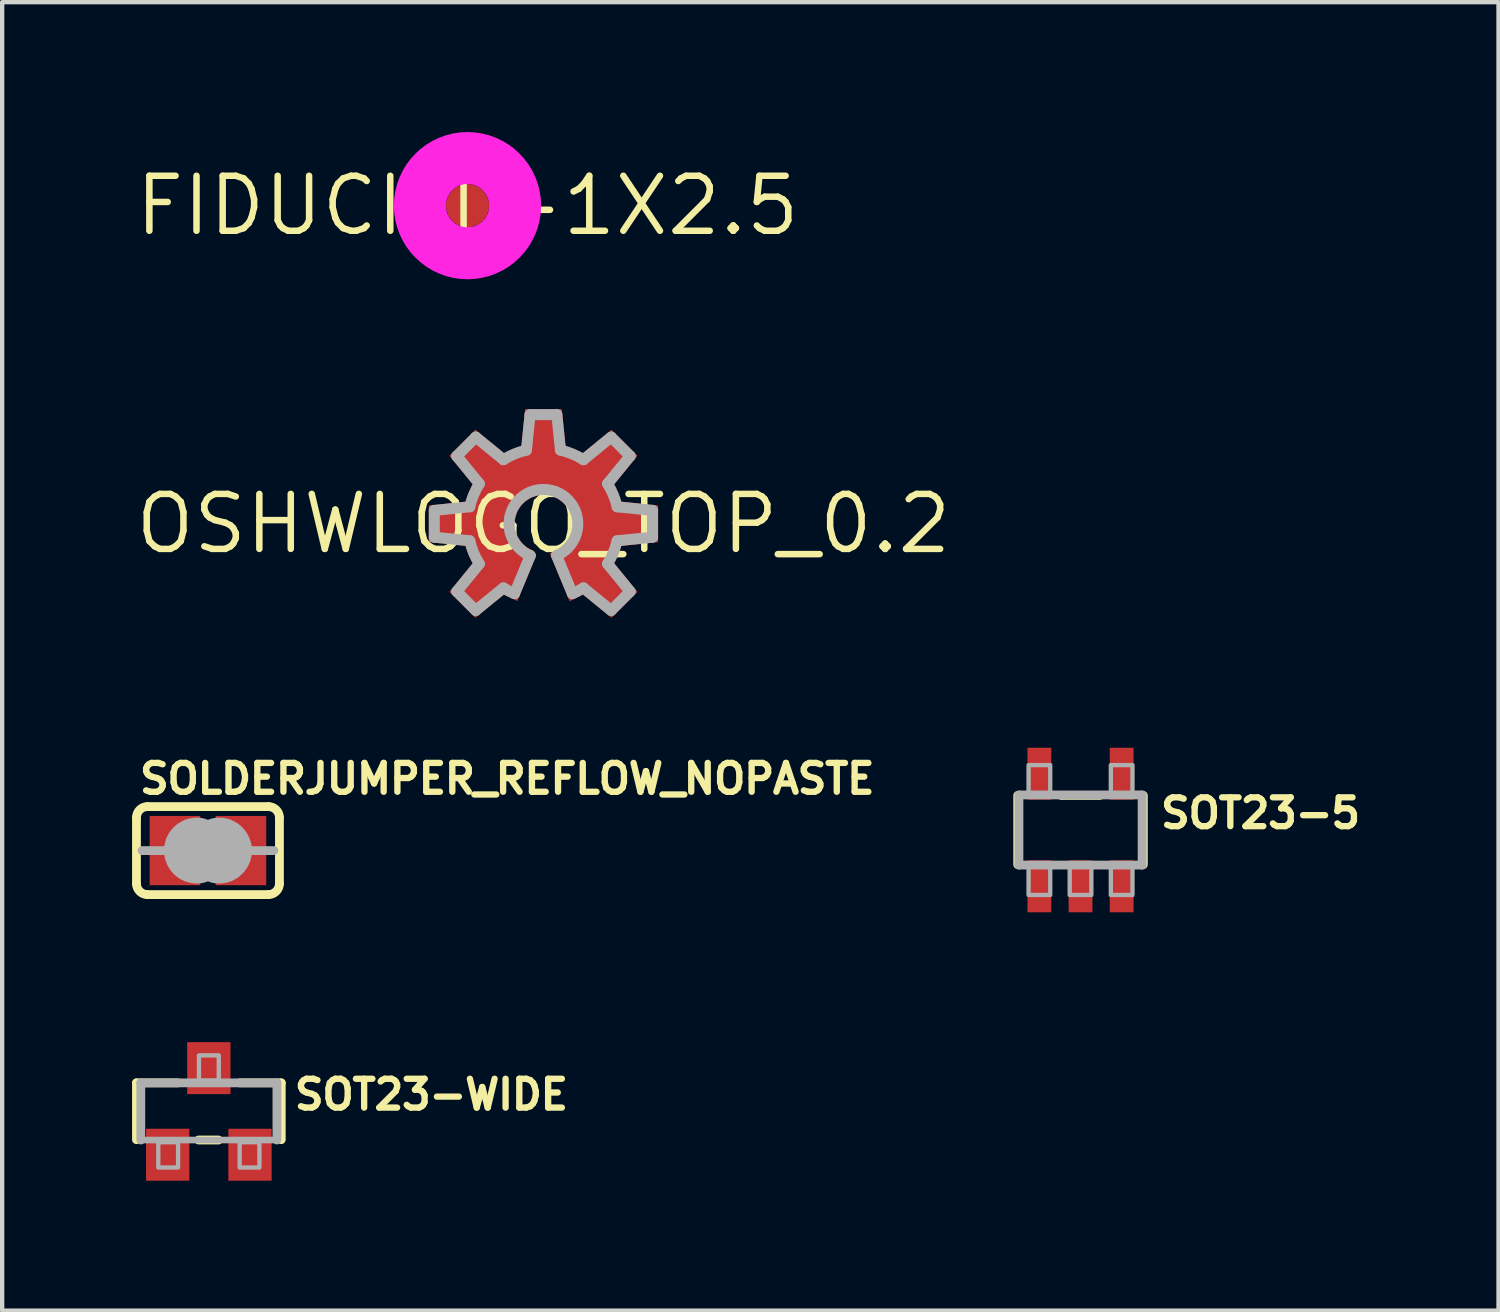
<source format=kicad_pcb>
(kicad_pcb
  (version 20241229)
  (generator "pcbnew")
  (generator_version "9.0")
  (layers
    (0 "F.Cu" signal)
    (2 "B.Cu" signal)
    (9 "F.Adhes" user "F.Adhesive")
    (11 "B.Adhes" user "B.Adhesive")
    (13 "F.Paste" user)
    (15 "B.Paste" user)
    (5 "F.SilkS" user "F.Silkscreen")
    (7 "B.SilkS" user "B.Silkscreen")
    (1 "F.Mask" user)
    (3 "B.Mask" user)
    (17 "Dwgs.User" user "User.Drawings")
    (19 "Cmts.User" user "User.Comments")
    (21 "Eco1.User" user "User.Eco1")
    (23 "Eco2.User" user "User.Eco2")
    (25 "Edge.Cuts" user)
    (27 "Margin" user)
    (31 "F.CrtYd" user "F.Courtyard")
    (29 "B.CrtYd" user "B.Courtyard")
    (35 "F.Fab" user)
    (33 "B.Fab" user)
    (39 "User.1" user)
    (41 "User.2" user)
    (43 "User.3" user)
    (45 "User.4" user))
  (footprint "FIDUCIAL-1X2.5"
    (layer "F.Cu")
    (at 7.748 1.7)
    (property "Reference" "FIDUCIAL-1X2.5" (at 0 0 0) (layer "F.SilkS") (effects (font (size 1.27 1.27) (thickness 0.15))))
    (fp_circle (center 0 0) (end 1.1 0) (stroke (width 1.2) (type solid)) (fill no) (layer "F.Mask"))
    (fp_circle (center 0 0) (end 1.1 0) (stroke (width 1.2) (type solid)) (fill no) (layer "F.CrtYd"))
    (fp_text user "1MM" (at -0.508 1.016 0) (layer "F.SilkS") (effects (font (size 0.374 0.374) (thickness 0.033)) (justify left bottom)))
    (pad "1" smd roundrect (at 0 0) (size 1 1) (layers "F.Cu" "F.Mask") (roundrect_rratio 0.5))
    (zone (net_name "") (layer "F.Cu") (hatch edge 0.508) (connect_pads) (min_thickness 0.254) (filled_areas_thickness no) (keepout (tracks not_allowed) (vias not_allowed) (pads not_allowed) (copperpour not_allowed) (footprints allowed)) (placement (enabled no)) (fill) (polygon (pts (xy 9.448 1.7) (xy 9.422 1.405) (xy 9.346 1.119) (xy 9.22 0.85) (xy 9.051 0.607) (xy 8.841 0.398) (xy 8.598 0.228) (xy 8.33 0.103) (xy 8.043 0.026) (xy 7.748 0) (xy 7.453 0.026) (xy 7.167 0.103) (xy 6.898 0.228) (xy 6.655 0.398) (xy 6.446 0.607) (xy 6.276 0.85) (xy 6.151 1.119) (xy 6.074 1.405) (xy 6.048 1.7) (xy 6.074 1.995) (xy 6.151 2.281) (xy 6.276 2.55) (xy 6.446 2.793) (xy 6.655 3.002) (xy 6.898 3.172) (xy 7.167 3.297) (xy 7.453 3.374) (xy 7.748 3.4) (xy 8.043 3.374) (xy 8.33 3.297) (xy 8.598 3.172) (xy 8.841 3.002) (xy 9.051 2.793) (xy 9.22 2.55) (xy 9.346 2.281) (xy 9.422 1.995))) (polygon (pts (xy 8.248 1.7) (xy 8.241 1.613) (xy 8.218 1.529) (xy 8.181 1.45) (xy 8.131 1.379) (xy 8.07 1.317) (xy 7.998 1.267) (xy 7.919 1.23) (xy 7.835 1.208) (xy 7.748 1.2) (xy 7.661 1.208) (xy 7.577 1.23) (xy 7.498 1.267) (xy 7.427 1.317) (xy 7.365 1.379) (xy 7.315 1.45) (xy 7.278 1.529) (xy 7.256 1.613) (xy 7.248 1.7) (xy 7.256 1.787) (xy 7.278 1.871) (xy 7.315 1.95) (xy 7.365 2.021) (xy 7.427 2.083) (xy 7.498 2.133) (xy 7.577 2.17) (xy 7.661 2.192) (xy 7.748 2.2) (xy 7.835 2.192) (xy 7.919 2.17) (xy 7.998 2.133) (xy 8.07 2.083) (xy 8.131 2.021) (xy 8.181 1.95) (xy 8.218 1.871) (xy 8.241 1.787)))))
  (footprint "SOLDERJUMPER_REFLOW_NOPASTE"
    (layer "F.Cu")
    (at 1.753 16.596)
    (property "Reference" "SOLDERJUMPER_REFLOW_NOPASTE" (at -1.651 -1.27 0) (layer "F.SilkS") (effects (font (size 0.666 0.666) (thickness 0.146)) (justify left bottom)))
    (fp_poly (pts (xy -0.076 0.914) (xy 0.076 0.914) (xy 0.076 -0.914) (xy -0.076 -0.914)) (stroke (width 0) (type solid)) (fill yes) (layer "F.Mask"))
    (fp_line (start -1.651 0.762) (end -1.651 -0.762) (stroke (width 0.203) (type solid)) (layer "F.SilkS"))
    (fp_line (start -1.397 -1.016) (end 1.397 -1.016) (stroke (width 0.203) (type solid)) (layer "F.SilkS"))
    (fp_line (start 1.397 1.016) (end -1.397 1.016) (stroke (width 0.203) (type solid)) (layer "F.SilkS"))
    (fp_line (start 1.651 0.762) (end 1.651 -0.762) (stroke (width 0.203) (type solid)) (layer "F.SilkS"))
    (fp_arc (start -1.651 -0.762) (mid -1.576605 -0.941605) (end -1.397 -1.016) (stroke (width 0.2032) (type solid)) (layer "F.SilkS"))
    (fp_arc (start -1.397 1.016) (mid -1.576605 0.941605) (end -1.651 0.762) (stroke (width 0.2032) (type solid)) (layer "F.SilkS"))
    (fp_arc (start 1.397 -1.016) (mid 1.576605 -0.941605) (end 1.651 -0.762) (stroke (width 0.2032) (type solid)) (layer "F.SilkS"))
    (fp_arc (start 1.651 0.762) (mid 1.576605 0.941605) (end 1.397 1.016) (stroke (width 0.2032) (type solid)) (layer "F.SilkS"))
    (fp_line (start -1.016 0) (end -1.524 0) (stroke (width 0.203) (type solid)) (layer "F.Fab"))
    (fp_line (start 1.016 0) (end 1.524 0) (stroke (width 0.203) (type solid)) (layer "F.Fab"))
    (fp_arc (start -0.254 0.127) (mid -0.381 0) (end -0.254 -0.127) (stroke (width 1.27) (type solid)) (layer "F.Fab"))
    (fp_arc (start 0.254 -0.127) (mid 0.381 0) (end 0.254 0.127) (stroke (width 1.27) (type solid)) (layer "F.Fab"))
    (pad "1" smd rect (at -0.762 0) (size 1.168 1.6) (layers "F.Cu" "F.Mask"))
    (pad "2" smd rect (at 0.762 0) (size 1.168 1.6) (layers "F.Cu" "F.Mask")))
  (footprint "SOT23-WIDE"
    (layer "F.Cu")
    (at 1.774 22.621)
    (property "Reference" "SOT23-WIDE" (at 1.905 0 0) (layer "F.SilkS") (effects (font (size 0.666 0.666) (thickness 0.146)) (justify left bottom)))
    (fp_line (start -1.672 -0.66) (end -0.714 -0.66) (stroke (width 0.203) (type solid)) (layer "F.SilkS"))
    (fp_line (start -1.672 0.652) (end -1.672 -0.66) (stroke (width 0.203) (type solid)) (layer "F.SilkS"))
    (fp_line (start 0.222 0.66) (end -0.236 0.66) (stroke (width 0.203) (type solid)) (layer "F.SilkS"))
    (fp_line (start 0.714 -0.66) (end 1.672 -0.66) (stroke (width 0.203) (type solid)) (layer "F.SilkS"))
    (fp_line (start 1.672 -0.66) (end 1.672 0.652) (stroke (width 0.203) (type solid)) (layer "F.SilkS"))
    (fp_line (start -1.572 -0.66) (end 1.572 -0.66) (stroke (width 0.203) (type solid)) (layer "F.Fab"))
    (fp_line (start -1.572 0.66) (end -1.572 -0.66) (stroke (width 0.203) (type solid)) (layer "F.Fab"))
    (fp_line (start 1.572 -0.66) (end 1.572 0.66) (stroke (width 0.203) (type solid)) (layer "F.Fab"))
    (fp_line (start 1.572 0.66) (end -1.572 0.66) (stroke (width 0.152) (type solid)) (layer "F.Fab"))
    (fp_poly (pts (xy -1.168 1.295) (xy -0.711 1.295) (xy -0.711 0.711) (xy -1.168 0.711)) (stroke (width 0.1) (type solid)) (fill no) (layer "F.Fab"))
    (fp_poly (pts (xy -0.229 -0.711) (xy 0.229 -0.711) (xy 0.229 -1.295) (xy -0.229 -1.295)) (stroke (width 0.1) (type solid)) (fill no) (layer "F.Fab"))
    (fp_poly (pts (xy 0.711 1.295) (xy 1.168 1.295) (xy 1.168 0.711) (xy 0.711 0.711)) (stroke (width 0.1) (type solid)) (fill no) (layer "F.Fab"))
    (pad "1" smd rect (at -0.95 1) (size 1 1.2) (layers "F.Cu" "F.Mask" "F.Paste"))
    (pad "2" smd rect (at 0.95 1) (size 1 1.2) (layers "F.Cu" "F.Mask" "F.Paste"))
    (pad "3" smd rect (at 0 -1) (size 1 1.2) (layers "F.Cu" "F.Mask" "F.Paste")))
  (footprint "OSHWLOGO_TOP_0.2"
    (layer "F.Cu")
    (at 9.502 9.048)
    (property "Reference" "OSHWLOGO_TOP_0.2" (at 0 0 0) (layer "F.SilkS") (effects (font (size 1.27 1.27) (thickness 0.15))))
    (fp_poly (pts (xy 0.511 -1.79) (xy 0.904 -1.627) (xy 1.572 -2.172) (xy 2.172 -1.572) (xy 1.627 -0.904) (xy 1.79 -0.511) (xy 2.648 -0.424) (xy 2.648 0.424) (xy 1.79 0.511) (xy 1.627 0.904) (xy 2.172 1.572) (xy 1.572 2.172) (xy 0.91 1.632) (xy 0.604 1.79) (xy 0.148 0.689) (xy 0.503 0.435) (xy 0.586 0.317) (xy 0.642 0.177) (xy 0.665 0.028) (xy 0.654 -0.123) (xy 0.61 -0.267) (xy 0.534 -0.398) (xy 0.43 -0.508) (xy 0.305 -0.592) (xy 0.163 -0.645) (xy 0.014 -0.666) (xy -0.137 -0.652) (xy -0.28 -0.604) (xy -0.409 -0.525) (xy -0.517 -0.42) (xy -0.598 -0.292) (xy -0.649 -0.15) (xy -0.666 -0.000247) (xy -0.648 0.155) (xy -0.593 0.302) (xy -0.506 0.433) (xy -0.391 0.539) (xy -0.242 0.623) (xy -0.304 0.733) (xy -0.186 0.782) (xy -0.602 1.784) (xy -0.858 1.665) (xy -0.913 1.634) (xy -1.572 2.172) (xy -2.172 1.572) (xy -1.632 0.91) (xy -1.731 0.717) (xy -1.797 0.511) (xy -2.648 0.424) (xy -2.648 -0.424) (xy -1.797 -0.511) (xy -1.731 -0.717) (xy -1.632 -0.91) (xy -2.172 -1.572) (xy -1.572 -2.172) (xy -0.904 -1.627) (xy -0.511 -1.79) (xy -0.424 -2.648) (xy 0.424 -2.648)) (stroke (width 0) (type solid)) (fill yes) (layer "F.Cu"))
    (fp_line (start -2.521 -0.309) (end -2.521 0.309) (stroke (width 0.254) (type solid)) (layer "F.Fab"))
    (fp_line (start -2.521 0.309) (end -1.702 0.393) (stroke (width 0.254) (type solid)) (layer "F.Fab"))
    (fp_line (start -2.002 -1.564) (end -1.481 -0.925) (stroke (width 0.254) (type solid)) (layer "F.Fab"))
    (fp_line (start -2.002 1.564) (end -1.564 2.002) (stroke (width 0.254) (type solid)) (layer "F.Fab"))
    (fp_line (start -1.702 -0.393) (end -2.521 -0.309) (stroke (width 0.254) (type solid)) (layer "F.Fab"))
    (fp_line (start -1.564 -2.002) (end -2.002 -1.564) (stroke (width 0.254) (type solid)) (layer "F.Fab"))
    (fp_line (start -1.564 2.002) (end -0.925 1.481) (stroke (width 0.254) (type solid)) (layer "F.Fab"))
    (fp_line (start -1.481 0.925) (end -2.002 1.564) (stroke (width 0.254) (type solid)) (layer "F.Fab"))
    (fp_line (start -0.925 -1.481) (end -1.564 -2.002) (stroke (width 0.254) (type solid)) (layer "F.Fab"))
    (fp_line (start -0.668 1.613) (end -0.304 0.733) (stroke (width 0.254) (type solid)) (layer "F.Fab"))
    (fp_line (start -0.309 -2.521) (end -0.393 -1.702) (stroke (width 0.254) (type solid)) (layer "F.Fab"))
    (fp_line (start 0.304 0.733) (end 0.668 1.613) (stroke (width 0.254) (type solid)) (layer "F.Fab"))
    (fp_line (start 0.309 -2.521) (end -0.309 -2.521) (stroke (width 0.254) (type solid)) (layer "F.Fab"))
    (fp_line (start 0.393 -1.702) (end 0.309 -2.521) (stroke (width 0.254) (type solid)) (layer "F.Fab"))
    (fp_line (start 0.925 1.481) (end 1.564 2.002) (stroke (width 0.254) (type solid)) (layer "F.Fab"))
    (fp_line (start 1.481 -0.925) (end 2.002 -1.564) (stroke (width 0.254) (type solid)) (layer "F.Fab"))
    (fp_line (start 1.564 -2.002) (end 0.925 -1.481) (stroke (width 0.254) (type solid)) (layer "F.Fab"))
    (fp_line (start 1.564 2.002) (end 2.002 1.564) (stroke (width 0.254) (type solid)) (layer "F.Fab"))
    (fp_line (start 1.702 0.393) (end 2.521 0.309) (stroke (width 0.254) (type solid)) (layer "F.Fab"))
    (fp_line (start 2.002 -1.564) (end 1.564 -2.002) (stroke (width 0.254) (type solid)) (layer "F.Fab"))
    (fp_line (start 2.002 1.564) (end 1.481 0.925) (stroke (width 0.254) (type solid)) (layer "F.Fab"))
    (fp_line (start 2.521 -0.309) (end 1.702 -0.393) (stroke (width 0.254) (type solid)) (layer "F.Fab"))
    (fp_line (start 2.521 0.309) (end 2.521 -0.309) (stroke (width 0.254) (type solid)) (layer "F.Fab"))
    (fp_arc (start -1.7015 -0.3928) (mid -1.61333 -0.668266) (end -1.4809 -0.9254) (stroke (width 0.254) (type solid)) (layer "F.Fab"))
    (fp_arc (start -1.4809 0.9254) (mid -1.61333 0.668266) (end -1.7015 0.3928) (stroke (width 0.254) (type solid)) (layer "F.Fab"))
    (fp_arc (start -0.9254 -1.4809) (mid -0.668266 -1.61333) (end -0.3928 -1.7015) (stroke (width 0.254) (type solid)) (layer "F.Fab"))
    (fp_arc (start -0.7938 0) (mid 0.440947 -0.659884) (end 0.303801 0.733399) (stroke (width 0.254) (type solid)) (layer "F.Fab"))
    (fp_arc (start -0.6683 1.6134) (mid -0.799598 1.552482) (end -0.9254 1.4809) (stroke (width 0.254) (type solid)) (layer "F.Fab"))
    (fp_arc (start -0.3038 0.7334) (mid -0.660055 0.441031) (end -0.7938 -0.000002) (stroke (width 0.254) (type solid)) (layer "F.Fab"))
    (fp_arc (start 0.3928 -1.7015) (mid 0.668266 -1.61333) (end 0.9254 -1.4809) (stroke (width 0.254) (type solid)) (layer "F.Fab"))
    (fp_arc (start 0.9254 1.4809) (mid 0.799598 1.552482) (end 0.6683 1.6134) (stroke (width 0.254) (type solid)) (layer "F.Fab"))
    (fp_arc (start 1.4809 -0.9254) (mid 1.61333 -0.668266) (end 1.7015 -0.3928) (stroke (width 0.254) (type solid)) (layer "F.Fab"))
    (fp_arc (start 1.7015 0.3928) (mid 1.61333 0.668266) (end 1.4809 0.9254) (stroke (width 0.254) (type solid)) (layer "F.Fab")))
  (footprint "SOT23-5"
    (layer "F.Cu")
    (at 21.907 16.121)
    (property "Reference" "SOT23-5" (at 1.778 0 0) (layer "F.SilkS") (effects (font (size 0.666 0.666) (thickness 0.146)) (justify left bottom)))
    (fp_line (start -1.45 -0.8) (end -1.45 0.8) (stroke (width 0.203) (type solid)) (layer "F.SilkS"))
    (fp_line (start -0.45 -0.8) (end 0.45 -0.8) (stroke (width 0.203) (type solid)) (layer "F.SilkS"))
    (fp_line (start 1.45 -0.8) (end 1.45 0.8) (stroke (width 0.203) (type solid)) (layer "F.SilkS"))
    (fp_line (start -1.422 -0.81) (end 1.422 -0.81) (stroke (width 0.203) (type solid)) (layer "F.Fab"))
    (fp_line (start -1.422 0.81) (end -1.422 -0.81) (stroke (width 0.203) (type solid)) (layer "F.Fab"))
    (fp_line (start 1.422 -0.81) (end 1.422 0.81) (stroke (width 0.203) (type solid)) (layer "F.Fab"))
    (fp_line (start 1.422 0.81) (end -1.422 0.81) (stroke (width 0.203) (type solid)) (layer "F.Fab"))
    (fp_poly (pts (xy -1.2 -0.85) (xy -0.7 -0.85) (xy -0.7 -1.5) (xy -1.2 -1.5)) (stroke (width 0.1) (type solid)) (fill no) (layer "F.Fab"))
    (fp_poly (pts (xy -1.2 1.5) (xy -0.7 1.5) (xy -0.7 0.85) (xy -1.2 0.85)) (stroke (width 0.1) (type solid)) (fill no) (layer "F.Fab"))
    (fp_poly (pts (xy -0.25 1.5) (xy 0.25 1.5) (xy 0.25 0.85) (xy -0.25 0.85)) (stroke (width 0.1) (type solid)) (fill no) (layer "F.Fab"))
    (fp_poly (pts (xy 0.7 -0.85) (xy 1.2 -0.85) (xy 1.2 -1.5) (xy 0.7 -1.5)) (stroke (width 0.1) (type solid)) (fill no) (layer "F.Fab"))
    (fp_poly (pts (xy 0.7 1.5) (xy 1.2 1.5) (xy 1.2 0.85) (xy 0.7 0.85)) (stroke (width 0.1) (type solid)) (fill no) (layer "F.Fab"))
    (pad "1" smd rect (at -0.95 1.3) (size 0.55 1.2) (layers "F.Cu" "F.Mask" "F.Paste"))
    (pad "2" smd rect (at 0 1.3) (size 0.55 1.2) (layers "F.Cu" "F.Mask" "F.Paste"))
    (pad "3" smd rect (at 0.95 1.3) (size 0.55 1.2) (layers "F.Cu" "F.Mask" "F.Paste"))
    (pad "4" smd rect (at 0.95 -1.3) (size 0.55 1.2) (layers "F.Cu" "F.Mask" "F.Paste"))
    (pad "5" smd rect (at -0.95 -1.3) (size 0.55 1.2) (layers "F.Cu" "F.Mask" "F.Paste")))
  (gr_rect
    (start -3 -3)
    (end 31.561 27.221)
    (stroke (width 0.1) (type default))
    (fill no)
    (layer "Edge.Cuts")))
</source>
